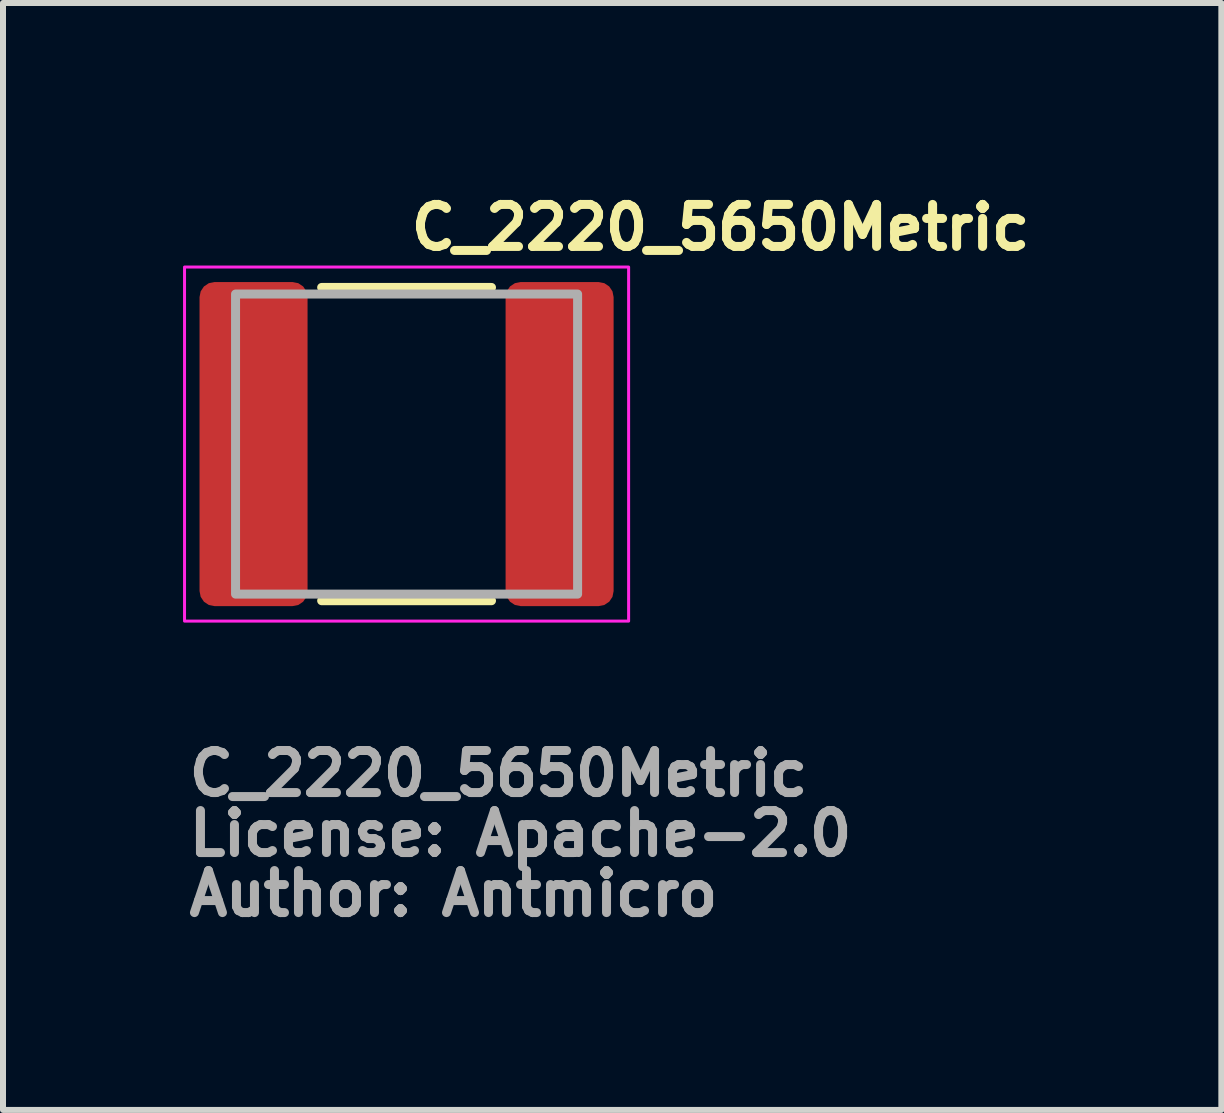
<source format=kicad_pcb>
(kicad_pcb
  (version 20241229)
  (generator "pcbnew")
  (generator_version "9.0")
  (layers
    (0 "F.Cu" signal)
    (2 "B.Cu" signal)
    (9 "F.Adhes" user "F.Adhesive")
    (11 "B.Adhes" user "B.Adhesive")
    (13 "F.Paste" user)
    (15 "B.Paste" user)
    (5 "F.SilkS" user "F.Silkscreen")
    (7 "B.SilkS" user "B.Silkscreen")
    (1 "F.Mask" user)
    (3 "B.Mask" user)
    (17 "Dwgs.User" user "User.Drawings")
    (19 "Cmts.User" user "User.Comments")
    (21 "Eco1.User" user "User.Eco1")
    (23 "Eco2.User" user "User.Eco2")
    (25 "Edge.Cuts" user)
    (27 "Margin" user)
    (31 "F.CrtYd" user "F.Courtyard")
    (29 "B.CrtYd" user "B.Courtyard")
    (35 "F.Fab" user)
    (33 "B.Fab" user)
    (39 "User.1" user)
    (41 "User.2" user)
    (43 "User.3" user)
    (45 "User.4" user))
  (footprint "C_2220_5650Metric"
    (layer "F.Cu")
    (at 3.725 4.35)
    (property "Reference" "C_2220_5650Metric" (at 0 -3.2 0) (layer "F.SilkS") (effects (font (size 0.7 0.7) (thickness 0.15)) (justify left bottom)))
    (attr smd)
    (fp_line (start -1.415 -2.61) (end 1.415 -2.61) (stroke (width 0.15) (type solid)) (layer "F.SilkS"))
    (fp_line (start -1.415 2.61) (end 1.415 2.61) (stroke (width 0.15) (type solid)) (layer "F.SilkS"))
    (fp_rect (start -3.7 -2.95) (end 3.7 2.95) (stroke (width 0.05) (type solid)) (fill no) (layer "F.CrtYd"))
    (fp_rect (start -2.85 -2.5) (end 2.85 2.5) (stroke (width 0.15) (type solid)) (fill no) (layer "F.Fab"))
    (fp_rect (start -2.85 -2.5) (end 2.85 2.5) (stroke (width 0.1) (type solid)) (fill no) (layer "User.5"))
    (fp_line (start -2.851 -2.452) (end -2.851 -2.449) (stroke (width 0.02) (type solid)) (layer "User.9"))
    (fp_line (start -2.851 -2.449) (end -2.851 -2.447) (stroke (width 0.02) (type solid)) (layer "User.9"))
    (fp_line (start -2.851 -2.447) (end -2.851 -2.444) (stroke (width 0.02) (type solid)) (layer "User.9"))
    (fp_line (start -2.851 -2.444) (end -2.851 2.443) (stroke (width 0.02) (type solid)) (layer "User.9"))
    (fp_line (start -2.851 2.444) (end -2.851 2.443) (stroke (width 0.02) (type solid)) (layer "User.9"))
    (fp_line (start -2.851 2.447) (end -2.851 2.444) (stroke (width 0.02) (type solid)) (layer "User.9"))
    (fp_line (start -2.851 2.451) (end -2.851 2.447) (stroke (width 0.02) (type solid)) (layer "User.9"))
    (fp_line (start -2.85 -2.459) (end -2.85 -2.456) (stroke (width 0.02) (type solid)) (layer "User.9"))
    (fp_line (start -2.85 -2.456) (end -2.851 -2.452) (stroke (width 0.02) (type solid)) (layer "User.9"))
    (fp_line (start -2.85 2.454) (end -2.851 2.451) (stroke (width 0.02) (type solid)) (layer "User.9"))
    (fp_line (start -2.85 2.456) (end -2.85 2.454) (stroke (width 0.02) (type solid)) (layer "User.9"))
    (fp_line (start -2.848 -2.46) (end -2.85 -2.459) (stroke (width 0.02) (type solid)) (layer "User.9"))
    (fp_line (start -2.848 2.459) (end -2.85 2.456) (stroke (width 0.02) (type solid)) (layer "User.9"))
    (fp_line (start -2.847 -2.467) (end -2.847 -2.464) (stroke (width 0.02) (type solid)) (layer "User.9"))
    (fp_line (start -2.847 -2.464) (end -2.848 -2.46) (stroke (width 0.02) (type solid)) (layer "User.9"))
    (fp_line (start -2.847 2.462) (end -2.848 2.459) (stroke (width 0.02) (type solid)) (layer "User.9"))
    (fp_line (start -2.847 2.464) (end -2.847 2.462) (stroke (width 0.02) (type solid)) (layer "User.9"))
    (fp_line (start -2.846 -2.468) (end -2.847 -2.467) (stroke (width 0.02) (type solid)) (layer "User.9"))
    (fp_line (start -2.846 2.467) (end -2.847 2.464) (stroke (width 0.02) (type solid)) (layer "User.9"))
    (fp_line (start -2.844 -2.472) (end -2.846 -2.468) (stroke (width 0.02) (type solid)) (layer "User.9"))
    (fp_line (start -2.844 2.47) (end -2.846 2.467) (stroke (width 0.02) (type solid)) (layer "User.9"))
    (fp_line (start -2.843 -2.473) (end -2.844 -2.472) (stroke (width 0.02) (type solid)) (layer "User.9"))
    (fp_line (start -2.843 2.471) (end -2.844 2.47) (stroke (width 0.02) (type solid)) (layer "User.9"))
    (fp_line (start -2.842 -2.476) (end -2.843 -2.473) (stroke (width 0.02) (type solid)) (layer "User.9"))
    (fp_line (start -2.842 2.474) (end -2.843 2.471) (stroke (width 0.02) (type solid)) (layer "User.9"))
    (fp_line (start -2.839 -2.479) (end -2.842 -2.476) (stroke (width 0.02) (type solid)) (layer "User.9"))
    (fp_line (start -2.839 2.476) (end -2.842 2.474) (stroke (width 0.02) (type solid)) (layer "User.9"))
    (fp_line (start -2.838 -2.48) (end -2.839 -2.479) (stroke (width 0.02) (type solid)) (layer "User.9"))
    (fp_line (start -2.838 2.479) (end -2.839 2.476) (stroke (width 0.02) (type solid)) (layer "User.9"))
    (fp_line (start -2.836 -2.483) (end -2.838 -2.48) (stroke (width 0.02) (type solid)) (layer "User.9"))
    (fp_line (start -2.836 2.48) (end -2.838 2.479) (stroke (width 0.02) (type solid)) (layer "User.9"))
    (fp_line (start -2.835 -2.484) (end -2.836 -2.483) (stroke (width 0.02) (type solid)) (layer "User.9"))
    (fp_line (start -2.835 2.483) (end -2.836 2.48) (stroke (width 0.02) (type solid)) (layer "User.9"))
    (fp_line (start -2.832 -2.487) (end -2.835 -2.484) (stroke (width 0.02) (type solid)) (layer "User.9"))
    (fp_line (start -2.832 2.484) (end -2.835 2.483) (stroke (width 0.02) (type solid)) (layer "User.9"))
    (fp_line (start -2.831 -2.488) (end -2.832 -2.487) (stroke (width 0.02) (type solid)) (layer "User.9"))
    (fp_line (start -2.831 2.486) (end -2.832 2.484) (stroke (width 0.02) (type solid)) (layer "User.9"))
    (fp_line (start -2.828 -2.489) (end -2.831 -2.488) (stroke (width 0.02) (type solid)) (layer "User.9"))
    (fp_line (start -2.828 2.487) (end -2.831 2.486) (stroke (width 0.02) (type solid)) (layer "User.9"))
    (fp_line (start -2.826 -2.492) (end -2.828 -2.489) (stroke (width 0.02) (type solid)) (layer "User.9"))
    (fp_line (start -2.826 2.49) (end -2.828 2.487) (stroke (width 0.02) (type solid)) (layer "User.9"))
    (fp_line (start -2.823 -2.492) (end -2.826 -2.492) (stroke (width 0.02) (type solid)) (layer "User.9"))
    (fp_line (start -2.823 2.491) (end -2.826 2.49) (stroke (width 0.02) (type solid)) (layer "User.9"))
    (fp_line (start -2.822 -2.495) (end -2.823 -2.492) (stroke (width 0.02) (type solid)) (layer "User.9"))
    (fp_line (start -2.822 2.492) (end -2.823 2.491) (stroke (width 0.02) (type solid)) (layer "User.9"))
    (fp_line (start -2.819 -2.496) (end -2.822 -2.495) (stroke (width 0.02) (type solid)) (layer "User.9"))
    (fp_line (start -2.819 2.494) (end -2.822 2.492) (stroke (width 0.02) (type solid)) (layer "User.9"))
    (fp_line (start -2.816 -2.496) (end -2.819 -2.496) (stroke (width 0.02) (type solid)) (layer "User.9"))
    (fp_line (start -2.816 2.495) (end -2.819 2.494) (stroke (width 0.02) (type solid)) (layer "User.9"))
    (fp_line (start -2.814 -2.497) (end -2.816 -2.496) (stroke (width 0.02) (type solid)) (layer "User.9"))
    (fp_line (start -2.814 2.495) (end -2.816 2.495) (stroke (width 0.02) (type solid)) (layer "User.9"))
    (fp_line (start -2.81 -2.499) (end -2.814 -2.497) (stroke (width 0.02) (type solid)) (layer "User.9"))
    (fp_line (start -2.81 2.496) (end -2.814 2.495) (stroke (width 0.02) (type solid)) (layer "User.9"))
    (fp_line (start -2.809 -2.5) (end -2.81 -2.499) (stroke (width 0.02) (type solid)) (layer "User.9"))
    (fp_line (start -2.809 2.498) (end -2.81 2.496) (stroke (width 0.02) (type solid)) (layer "User.9"))
    (fp_line (start -2.806 -2.5) (end -2.809 -2.5) (stroke (width 0.02) (type solid)) (layer "User.9"))
    (fp_line (start -2.806 2.498) (end -2.809 2.498) (stroke (width 0.02) (type solid)) (layer "User.9"))
    (fp_line (start -2.802 -2.5) (end -2.806 -2.5) (stroke (width 0.02) (type solid)) (layer "User.9"))
    (fp_line (start -2.802 2.499) (end -2.806 2.498) (stroke (width 0.02) (type solid)) (layer "User.9"))
    (fp_line (start -2.799 -2.5) (end -2.802 -2.5) (stroke (width 0.02) (type solid)) (layer "User.9"))
    (fp_line (start -2.799 2.499) (end -2.802 2.499) (stroke (width 0.02) (type solid)) (layer "User.9"))
    (fp_line (start -2.797 -2.5) (end -2.799 -2.5) (stroke (width 0.02) (type solid)) (layer "User.9"))
    (fp_line (start -2.797 2.499) (end -2.799 2.499) (stroke (width 0.02) (type solid)) (layer "User.9"))
    (fp_line (start -2.794 -2.5) (end -2.797 -2.5) (stroke (width 0.02) (type solid)) (layer "User.9"))
    (fp_line (start -2.794 2.499) (end -2.797 2.499) (stroke (width 0.02) (type solid)) (layer "User.9"))
    (fp_line (start -2.794 2.499) (end -2.202 2.499) (stroke (width 0.02) (type solid)) (layer "User.9"))
    (fp_line (start -2.202 -2.5) (end -2.794 -2.5) (stroke (width 0.02) (type solid)) (layer "User.9"))
    (fp_line (start -2.202 -2.5) (end -2.202 -2.444) (stroke (width 0.02) (type solid)) (layer "User.9"))
    (fp_line (start -2.202 -2.496) (end 2.2 -2.496) (stroke (width 0.02) (type solid)) (layer "User.9"))
    (fp_line (start -2.202 -2.444) (end -2.202 2.443) (stroke (width 0.02) (type solid)) (layer "User.9"))
    (fp_line (start -2.202 2.443) (end -2.202 2.499) (stroke (width 0.02) (type solid)) (layer "User.9"))
    (fp_line (start -2.202 2.495) (end 2.2 2.495) (stroke (width 0.02) (type solid)) (layer "User.9"))
    (fp_line (start 2.2 -2.5) (end 2.793 -2.5) (stroke (width 0.02) (type solid)) (layer "User.9"))
    (fp_line (start 2.2 -2.444) (end 2.2 -2.5) (stroke (width 0.02) (type solid)) (layer "User.9"))
    (fp_line (start 2.2 2.443) (end 2.2 -2.444) (stroke (width 0.02) (type solid)) (layer "User.9"))
    (fp_line (start 2.2 2.499) (end 2.2 2.443) (stroke (width 0.02) (type solid)) (layer "User.9"))
    (fp_line (start 2.2 2.499) (end 2.793 2.499) (stroke (width 0.02) (type solid)) (layer "User.9"))
    (fp_line (start 2.793 -2.5) (end 2.794 -2.5) (stroke (width 0.02) (type solid)) (layer "User.9"))
    (fp_line (start 2.794 -2.5) (end 2.797 -2.5) (stroke (width 0.02) (type solid)) (layer "User.9"))
    (fp_line (start 2.794 2.499) (end 2.793 2.499) (stroke (width 0.02) (type solid)) (layer "User.9"))
    (fp_line (start 2.797 -2.5) (end 2.801 -2.5) (stroke (width 0.02) (type solid)) (layer "User.9"))
    (fp_line (start 2.797 2.499) (end 2.794 2.499) (stroke (width 0.02) (type solid)) (layer "User.9"))
    (fp_line (start 2.801 -2.5) (end 2.804 -2.5) (stroke (width 0.02) (type solid)) (layer "User.9"))
    (fp_line (start 2.801 2.499) (end 2.797 2.499) (stroke (width 0.02) (type solid)) (layer "User.9"))
    (fp_line (start 2.804 -2.5) (end 2.806 -2.5) (stroke (width 0.02) (type solid)) (layer "User.9"))
    (fp_line (start 2.804 2.498) (end 2.801 2.499) (stroke (width 0.02) (type solid)) (layer "User.9"))
    (fp_line (start 2.806 -2.5) (end 2.809 -2.499) (stroke (width 0.02) (type solid)) (layer "User.9"))
    (fp_line (start 2.806 2.498) (end 2.804 2.498) (stroke (width 0.02) (type solid)) (layer "User.9"))
    (fp_line (start 2.809 -2.499) (end 2.812 -2.497) (stroke (width 0.02) (type solid)) (layer "User.9"))
    (fp_line (start 2.809 2.496) (end 2.806 2.498) (stroke (width 0.02) (type solid)) (layer "User.9"))
    (fp_line (start 2.812 -2.497) (end 2.814 -2.496) (stroke (width 0.02) (type solid)) (layer "User.9"))
    (fp_line (start 2.812 2.495) (end 2.809 2.496) (stroke (width 0.02) (type solid)) (layer "User.9"))
    (fp_line (start 2.814 -2.496) (end 2.817 -2.496) (stroke (width 0.02) (type solid)) (layer "User.9"))
    (fp_line (start 2.814 2.495) (end 2.812 2.495) (stroke (width 0.02) (type solid)) (layer "User.9"))
    (fp_line (start 2.817 -2.496) (end 2.819 -2.495) (stroke (width 0.02) (type solid)) (layer "User.9"))
    (fp_line (start 2.817 2.494) (end 2.814 2.495) (stroke (width 0.02) (type solid)) (layer "User.9"))
    (fp_line (start 2.819 -2.495) (end 2.822 -2.492) (stroke (width 0.02) (type solid)) (layer "User.9"))
    (fp_line (start 2.819 2.492) (end 2.817 2.494) (stroke (width 0.02) (type solid)) (layer "User.9"))
    (fp_line (start 2.822 -2.492) (end 2.823 -2.492) (stroke (width 0.02) (type solid)) (layer "User.9"))
    (fp_line (start 2.822 2.491) (end 2.819 2.492) (stroke (width 0.02) (type solid)) (layer "User.9"))
    (fp_line (start 2.823 -2.492) (end 2.826 -2.489) (stroke (width 0.02) (type solid)) (layer "User.9"))
    (fp_line (start 2.823 2.49) (end 2.822 2.491) (stroke (width 0.02) (type solid)) (layer "User.9"))
    (fp_line (start 2.826 -2.489) (end 2.829 -2.488) (stroke (width 0.02) (type solid)) (layer "User.9"))
    (fp_line (start 2.826 2.487) (end 2.823 2.49) (stroke (width 0.02) (type solid)) (layer "User.9"))
    (fp_line (start 2.829 -2.488) (end 2.83 -2.487) (stroke (width 0.02) (type solid)) (layer "User.9"))
    (fp_line (start 2.829 2.486) (end 2.826 2.487) (stroke (width 0.02) (type solid)) (layer "User.9"))
    (fp_line (start 2.83 -2.487) (end 2.833 -2.484) (stroke (width 0.02) (type solid)) (layer "User.9"))
    (fp_line (start 2.83 2.484) (end 2.829 2.486) (stroke (width 0.02) (type solid)) (layer "User.9"))
    (fp_line (start 2.833 -2.484) (end 2.834 -2.483) (stroke (width 0.02) (type solid)) (layer "User.9"))
    (fp_line (start 2.833 2.483) (end 2.83 2.484) (stroke (width 0.02) (type solid)) (layer "User.9"))
    (fp_line (start 2.834 -2.483) (end 2.835 -2.48) (stroke (width 0.02) (type solid)) (layer "User.9"))
    (fp_line (start 2.834 2.48) (end 2.833 2.483) (stroke (width 0.02) (type solid)) (layer "User.9"))
    (fp_line (start 2.835 -2.48) (end 2.838 -2.479) (stroke (width 0.02) (type solid)) (layer "User.9"))
    (fp_line (start 2.835 2.479) (end 2.834 2.48) (stroke (width 0.02) (type solid)) (layer "User.9"))
    (fp_line (start 2.838 -2.479) (end 2.839 -2.476) (stroke (width 0.02) (type solid)) (layer "User.9"))
    (fp_line (start 2.838 2.476) (end 2.835 2.479) (stroke (width 0.02) (type solid)) (layer "User.9"))
    (fp_line (start 2.839 -2.476) (end 2.841 -2.473) (stroke (width 0.02) (type solid)) (layer "User.9"))
    (fp_line (start 2.839 2.474) (end 2.838 2.476) (stroke (width 0.02) (type solid)) (layer "User.9"))
    (fp_line (start 2.841 -2.473) (end 2.842 -2.472) (stroke (width 0.02) (type solid)) (layer "User.9"))
    (fp_line (start 2.841 2.471) (end 2.839 2.474) (stroke (width 0.02) (type solid)) (layer "User.9"))
    (fp_line (start 2.842 -2.472) (end 2.843 -2.468) (stroke (width 0.02) (type solid)) (layer "User.9"))
    (fp_line (start 2.842 2.47) (end 2.841 2.471) (stroke (width 0.02) (type solid)) (layer "User.9"))
    (fp_line (start 2.843 -2.468) (end 2.845 -2.467) (stroke (width 0.02) (type solid)) (layer "User.9"))
    (fp_line (start 2.843 2.467) (end 2.842 2.47) (stroke (width 0.02) (type solid)) (layer "User.9"))
    (fp_line (start 2.845 -2.467) (end 2.846 -2.464) (stroke (width 0.02) (type solid)) (layer "User.9"))
    (fp_line (start 2.845 2.464) (end 2.843 2.467) (stroke (width 0.02) (type solid)) (layer "User.9"))
    (fp_line (start 2.846 -2.464) (end 2.846 -2.46) (stroke (width 0.02) (type solid)) (layer "User.9"))
    (fp_line (start 2.846 -2.46) (end 2.847 -2.459) (stroke (width 0.02) (type solid)) (layer "User.9"))
    (fp_line (start 2.846 2.459) (end 2.846 2.462) (stroke (width 0.02) (type solid)) (layer "User.9"))
    (fp_line (start 2.846 2.462) (end 2.845 2.464) (stroke (width 0.02) (type solid)) (layer "User.9"))
    (fp_line (start 2.847 -2.459) (end 2.847 -2.456) (stroke (width 0.02) (type solid)) (layer "User.9"))
    (fp_line (start 2.847 -2.456) (end 2.849 -2.452) (stroke (width 0.02) (type solid)) (layer "User.9"))
    (fp_line (start 2.847 2.454) (end 2.847 2.456) (stroke (width 0.02) (type solid)) (layer "User.9"))
    (fp_line (start 2.847 2.456) (end 2.846 2.459) (stroke (width 0.02) (type solid)) (layer "User.9"))
    (fp_line (start 2.849 -2.452) (end 2.849 -2.449) (stroke (width 0.02) (type solid)) (layer "User.9"))
    (fp_line (start 2.849 -2.449) (end 2.849 -2.447) (stroke (width 0.02) (type solid)) (layer "User.9"))
    (fp_line (start 2.849 -2.447) (end 2.85 -2.444) (stroke (width 0.02) (type solid)) (layer "User.9"))
    (fp_line (start 2.849 2.444) (end 2.849 2.447) (stroke (width 0.02) (type solid)) (layer "User.9"))
    (fp_line (start 2.849 2.447) (end 2.849 2.451) (stroke (width 0.02) (type solid)) (layer "User.9"))
    (fp_line (start 2.849 2.451) (end 2.847 2.454) (stroke (width 0.02) (type solid)) (layer "User.9"))
    (fp_line (start 2.85 2.443) (end 2.849 2.444) (stroke (width 0.02) (type solid)) (layer "User.9"))
    (fp_line (start 2.85 2.443) (end 2.85 -2.444) (stroke (width 0.02) (type solid)) (layer "User.9"))
    (fp_text user "Author: Antmicro" (at -3.7 7.9 0) (layer "F.Fab") (effects (font (size 0.7 0.7) (thickness 0.15)) (justify left bottom)))
    (fp_text user "${REFERENCE}" (at -3.7 5.9 0) (layer "F.Fab") (effects (font (size 0.7 0.7) (thickness 0.15)) (justify left bottom)))
    (fp_text user "License: Apache-2.0" (at -3.7 6.9 0) (layer "F.Fab") (effects (font (size 0.7 0.7) (thickness 0.15)) (justify left bottom)))
    (pad "1" smd roundrect (at -2.55 0) (size 1.8 5.4) (layers "F.Cu" "F.Mask" "F.Paste") (roundrect_rratio 0.139))
    (pad "2" smd roundrect (at 2.55 0) (size 1.8 5.4) (layers "F.Cu" "F.Mask" "F.Paste") (roundrect_rratio 0.139)))
  (gr_rect
    (start -3 -3)
    (end 17.302 15.445)
    (stroke (width 0.1) (type default))
    (fill no)
    (layer "Edge.Cuts")))
</source>
